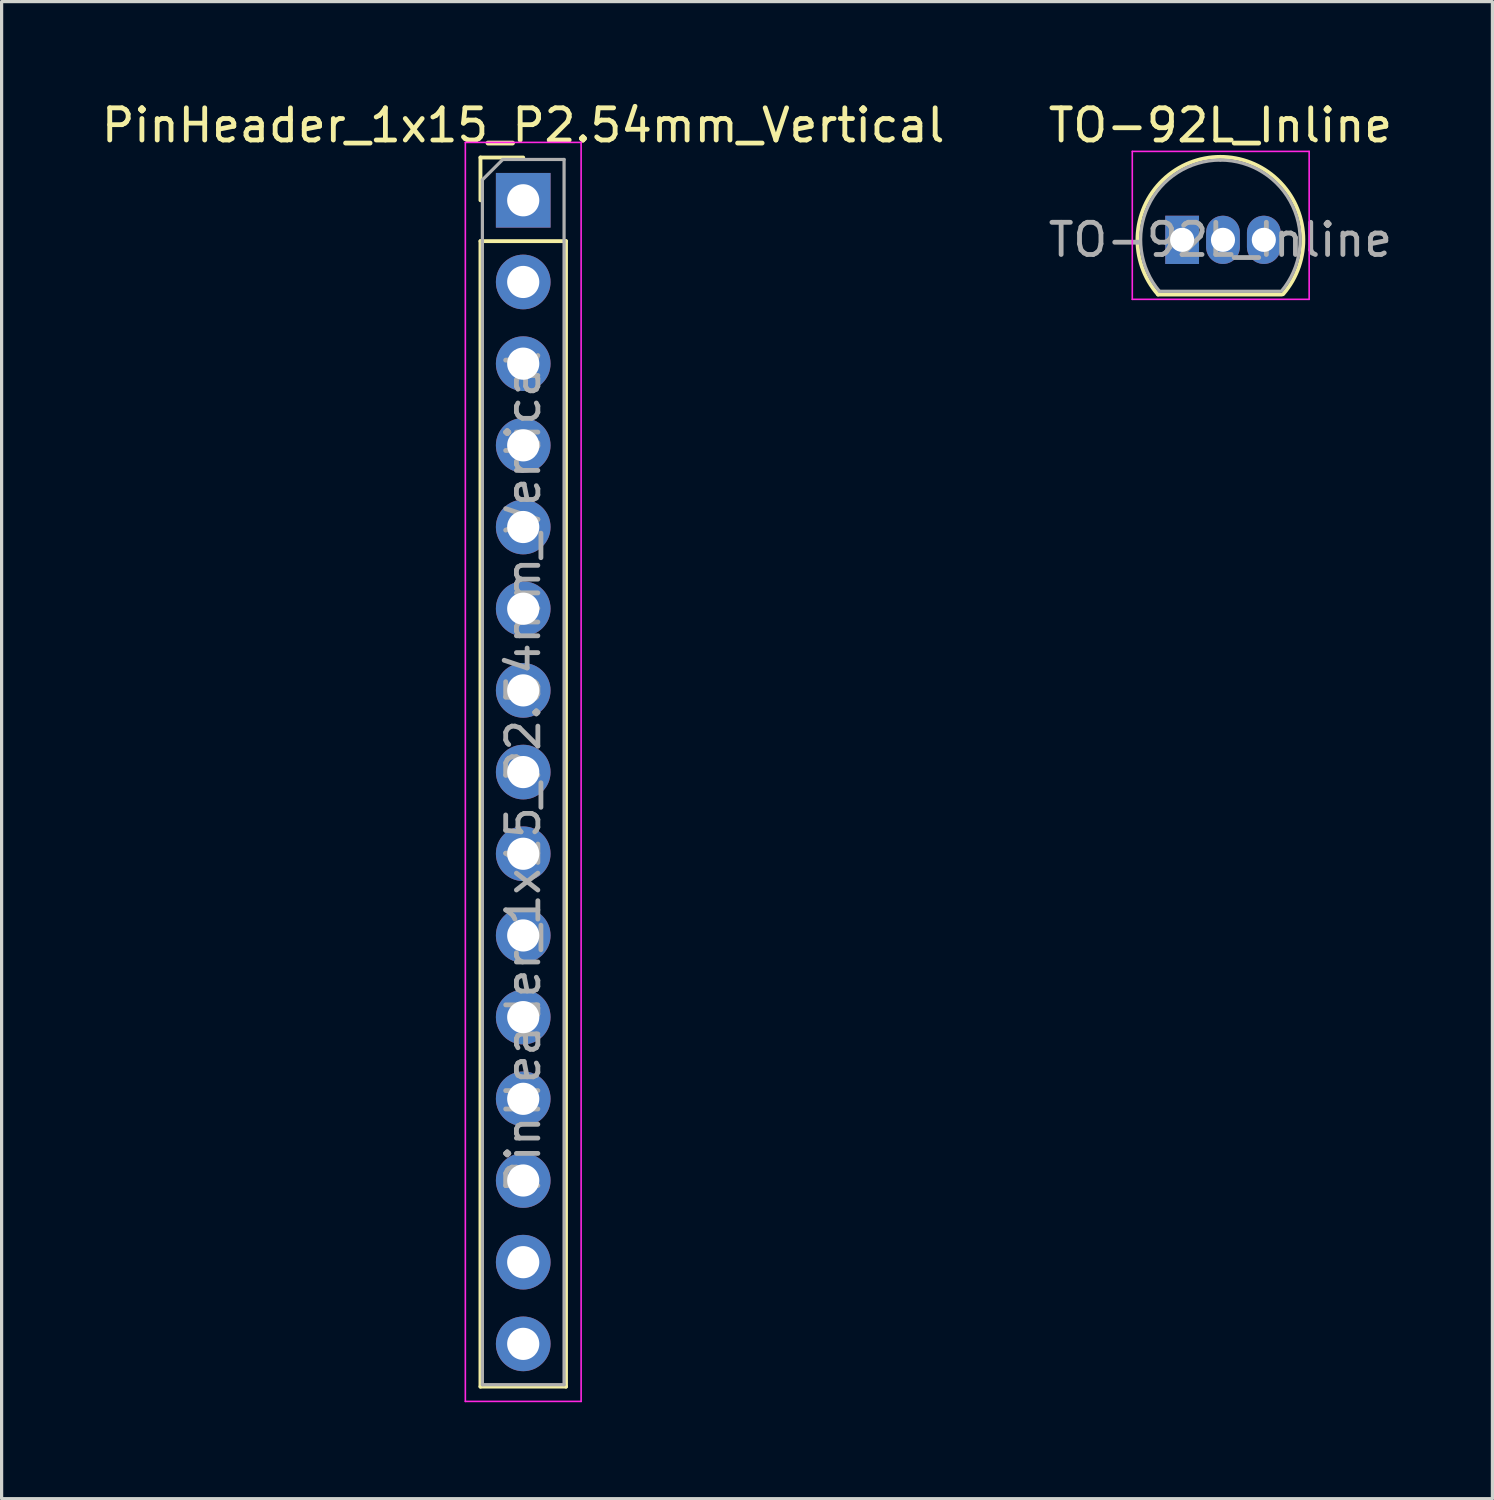
<source format=kicad_pcb>
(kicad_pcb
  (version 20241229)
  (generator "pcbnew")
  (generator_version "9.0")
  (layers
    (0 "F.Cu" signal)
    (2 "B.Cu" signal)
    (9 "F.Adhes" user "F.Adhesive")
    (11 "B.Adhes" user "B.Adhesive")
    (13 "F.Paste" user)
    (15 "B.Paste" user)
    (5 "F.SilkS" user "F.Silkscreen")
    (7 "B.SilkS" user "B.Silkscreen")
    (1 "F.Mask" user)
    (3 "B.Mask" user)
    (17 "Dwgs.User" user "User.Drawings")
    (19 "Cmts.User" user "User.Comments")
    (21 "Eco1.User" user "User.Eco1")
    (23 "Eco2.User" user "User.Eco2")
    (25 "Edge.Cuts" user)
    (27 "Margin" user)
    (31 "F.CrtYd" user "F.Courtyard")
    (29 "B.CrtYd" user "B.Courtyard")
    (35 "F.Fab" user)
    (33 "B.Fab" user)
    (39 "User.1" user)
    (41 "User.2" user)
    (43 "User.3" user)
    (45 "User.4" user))
  (footprint "PinHeader_1x15_P2.54mm_Vertical"
    (layer "F.Cu")
    (at 13.22 3.178)
    (property "Reference" "PinHeader_1x15_P2.54mm_Vertical" (at 0 -2.33 0) (layer "F.SilkS") (effects (font (size 1 1) (thickness 0.15))))
    (attr through_hole)
    (fp_line (start -1.33 -1.33) (end 0 -1.33) (stroke (width 0.12) (type solid)) (layer "F.SilkS"))
    (fp_line (start -1.33 0) (end -1.33 -1.33) (stroke (width 0.12) (type solid)) (layer "F.SilkS"))
    (fp_line (start -1.33 1.27) (end -1.33 36.89) (stroke (width 0.12) (type solid)) (layer "F.SilkS"))
    (fp_line (start -1.33 1.27) (end 1.33 1.27) (stroke (width 0.12) (type solid)) (layer "F.SilkS"))
    (fp_line (start -1.33 36.89) (end 1.33 36.89) (stroke (width 0.12) (type solid)) (layer "F.SilkS"))
    (fp_line (start 1.33 1.27) (end 1.33 36.89) (stroke (width 0.12) (type solid)) (layer "F.SilkS"))
    (fp_line (start -1.8 -1.8) (end -1.8 37.35) (stroke (width 0.05) (type solid)) (layer "F.CrtYd"))
    (fp_line (start -1.8 37.35) (end 1.8 37.35) (stroke (width 0.05) (type solid)) (layer "F.CrtYd"))
    (fp_line (start 1.8 -1.8) (end -1.8 -1.8) (stroke (width 0.05) (type solid)) (layer "F.CrtYd"))
    (fp_line (start 1.8 37.35) (end 1.8 -1.8) (stroke (width 0.05) (type solid)) (layer "F.CrtYd"))
    (fp_line (start -1.27 -0.635) (end -0.635 -1.27) (stroke (width 0.1) (type solid)) (layer "F.Fab"))
    (fp_line (start -1.27 36.83) (end -1.27 -0.635) (stroke (width 0.1) (type solid)) (layer "F.Fab"))
    (fp_line (start -0.635 -1.27) (end 1.27 -1.27) (stroke (width 0.1) (type solid)) (layer "F.Fab"))
    (fp_line (start 1.27 -1.27) (end 1.27 36.83) (stroke (width 0.1) (type solid)) (layer "F.Fab"))
    (fp_line (start 1.27 36.83) (end -1.27 36.83) (stroke (width 0.1) (type solid)) (layer "F.Fab"))
    (fp_text user "${REFERENCE}" (at 0 17.78 90) (layer "F.Fab") (effects (font (size 1 1) (thickness 0.15))))
    (pad "1" thru_hole rect (at 0 0) (size 1.7 1.7) (drill 1) (layers "*.Cu" "*.Mask"))
    (pad "2" thru_hole oval (at 0 2.54) (size 1.7 1.7) (drill 1) (layers "*.Cu" "*.Mask"))
    (pad "3" thru_hole oval (at 0 5.08) (size 1.7 1.7) (drill 1) (layers "*.Cu" "*.Mask"))
    (pad "4" thru_hole oval (at 0 7.62) (size 1.7 1.7) (drill 1) (layers "*.Cu" "*.Mask"))
    (pad "5" thru_hole oval (at 0 10.16) (size 1.7 1.7) (drill 1) (layers "*.Cu" "*.Mask"))
    (pad "6" thru_hole oval (at 0 12.7) (size 1.7 1.7) (drill 1) (layers "*.Cu" "*.Mask"))
    (pad "7" thru_hole oval (at 0 15.24) (size 1.7 1.7) (drill 1) (layers "*.Cu" "*.Mask"))
    (pad "8" thru_hole oval (at 0 17.78) (size 1.7 1.7) (drill 1) (layers "*.Cu" "*.Mask"))
    (pad "9" thru_hole oval (at 0 20.32) (size 1.7 1.7) (drill 1) (layers "*.Cu" "*.Mask"))
    (pad "10" thru_hole oval (at 0 22.86) (size 1.7 1.7) (drill 1) (layers "*.Cu" "*.Mask"))
    (pad "11" thru_hole oval (at 0 25.4) (size 1.7 1.7) (drill 1) (layers "*.Cu" "*.Mask"))
    (pad "12" thru_hole oval (at 0 27.94) (size 1.7 1.7) (drill 1) (layers "*.Cu" "*.Mask"))
    (pad "13" thru_hole oval (at 0 30.48) (size 1.7 1.7) (drill 1) (layers "*.Cu" "*.Mask"))
    (pad "14" thru_hole oval (at 0 33.02) (size 1.7 1.7) (drill 1) (layers "*.Cu" "*.Mask"))
    (pad "15" thru_hole oval (at 0 35.56) (size 1.7 1.7) (drill 1) (layers "*.Cu" "*.Mask")))
  (footprint "TO-92L_Inline"
    (layer "F.Cu")
    (at 33.709 4.408)
    (property "Reference" "TO-92L_Inline" (at 1.19 -3.56 0) (layer "F.SilkS") (effects (font (size 1 1) (thickness 0.15))))
    (attr through_hole)
    (fp_line (start -0.75 1.7) (end 3.1 1.7) (stroke (width 0.12) (type solid)) (layer "F.SilkS"))
    (fp_arc (start -0.75 1.7) (mid 1.183448 -2.579449) (end 3.138611 1.690122) (stroke (width 0.12) (type solid)) (layer "F.SilkS"))
    (fp_line (start -1.55 -2.75) (end -1.55 1.85) (stroke (width 0.05) (type solid)) (layer "F.CrtYd"))
    (fp_line (start -1.55 -2.75) (end 3.95 -2.75) (stroke (width 0.05) (type solid)) (layer "F.CrtYd"))
    (fp_line (start 3.95 1.85) (end -1.55 1.85) (stroke (width 0.05) (type solid)) (layer "F.CrtYd"))
    (fp_line (start 3.95 1.85) (end 3.95 -2.75) (stroke (width 0.05) (type solid)) (layer "F.CrtYd"))
    (fp_line (start -0.7 1.6) (end 3.05 1.6) (stroke (width 0.1) (type solid)) (layer "F.Fab"))
    (fp_arc (start -0.702818 1.602385) (mid -1.059924 -1.043188) (end 1.19 -2.48) (stroke (width 0.1) (type solid)) (layer "F.Fab"))
    (fp_arc (start 1.19 -2.48) (mid 3.437211 -1.049019) (end 3.091103 1.592547) (stroke (width 0.1) (type solid)) (layer "F.Fab"))
    (fp_text user "${REFERENCE}" (at 1.19 0 0) (layer "F.Fab") (effects (font (size 1 1) (thickness 0.15))))
    (pad "1" thru_hole rect (at 0 0) (size 1.05 1.5) (drill 0.75) (layers "*.Cu" "*.Mask"))
    (pad "2" thru_hole oval (at 1.27 0) (size 1.05 1.5) (drill 0.75) (layers "*.Cu" "*.Mask"))
    (pad "3" thru_hole oval (at 2.54 0) (size 1.05 1.5) (drill 0.75) (layers "*.Cu" "*.Mask")))
  (gr_rect
    (start -3 -3)
    (end 43.357 43.553)
    (stroke (width 0.1) (type default))
    (fill no)
    (layer "Edge.Cuts")))
</source>
